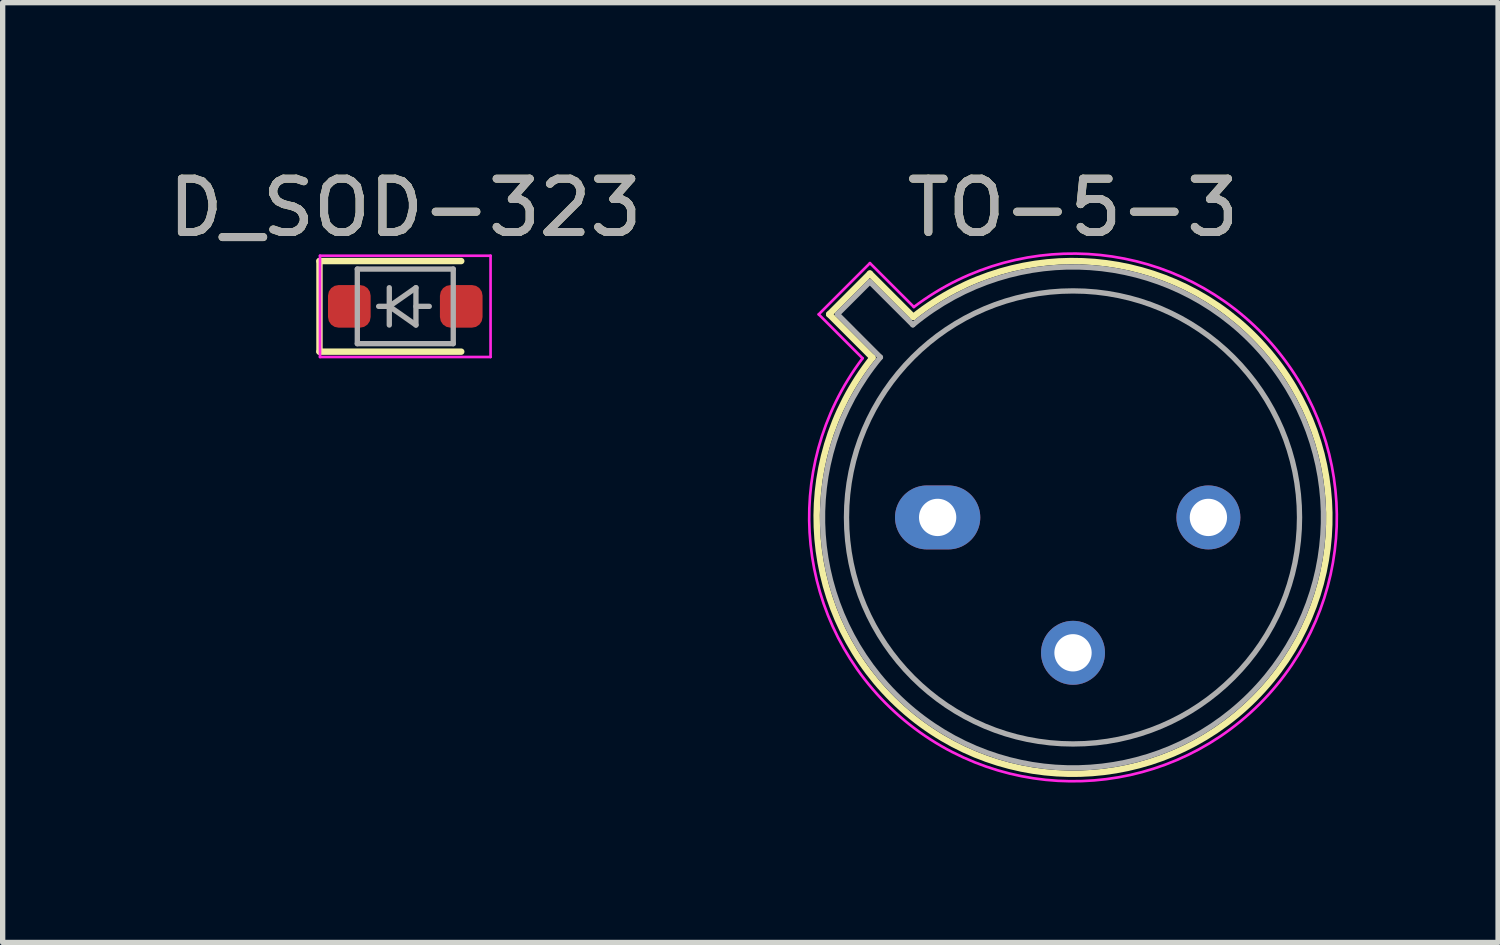
<source format=kicad_pcb>
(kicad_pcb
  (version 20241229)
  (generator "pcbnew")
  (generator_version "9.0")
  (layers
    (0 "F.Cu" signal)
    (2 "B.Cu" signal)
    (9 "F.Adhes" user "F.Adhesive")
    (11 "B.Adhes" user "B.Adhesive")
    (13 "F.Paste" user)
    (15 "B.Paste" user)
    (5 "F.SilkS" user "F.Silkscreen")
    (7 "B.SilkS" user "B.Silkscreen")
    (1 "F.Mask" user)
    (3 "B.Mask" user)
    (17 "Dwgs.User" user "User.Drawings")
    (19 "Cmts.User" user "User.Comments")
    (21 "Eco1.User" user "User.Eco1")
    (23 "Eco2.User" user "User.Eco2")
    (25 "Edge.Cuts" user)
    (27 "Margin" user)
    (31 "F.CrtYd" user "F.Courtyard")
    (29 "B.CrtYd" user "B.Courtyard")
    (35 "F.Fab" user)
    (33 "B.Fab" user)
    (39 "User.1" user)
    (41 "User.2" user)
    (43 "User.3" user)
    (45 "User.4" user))
  (footprint "D_SOD-323"
    (layer "F.Cu")
    (at 4.554 2.698)
    (property "Reference" "D_SOD-323" (at 0 -1.85 0) (layer "F.SilkS") (effects (font (size 1 1) (thickness 0.15))))
    (attr smd)
    (fp_line (start -1.61 -0.85) (end -1.61 0.85) (stroke (width 0.12) (type solid)) (layer "F.SilkS"))
    (fp_line (start -1.61 -0.85) (end 1.05 -0.85) (stroke (width 0.12) (type solid)) (layer "F.SilkS"))
    (fp_line (start -1.61 0.85) (end 1.05 0.85) (stroke (width 0.12) (type solid)) (layer "F.SilkS"))
    (fp_line (start -1.6 -0.95) (end -1.6 0.95) (stroke (width 0.05) (type solid)) (layer "F.CrtYd"))
    (fp_line (start -1.6 -0.95) (end 1.6 -0.95) (stroke (width 0.05) (type solid)) (layer "F.CrtYd"))
    (fp_line (start -1.6 0.95) (end 1.6 0.95) (stroke (width 0.05) (type solid)) (layer "F.CrtYd"))
    (fp_line (start 1.6 -0.95) (end 1.6 0.95) (stroke (width 0.05) (type solid)) (layer "F.CrtYd"))
    (fp_line (start -0.9 -0.7) (end 0.9 -0.7) (stroke (width 0.1) (type solid)) (layer "F.Fab"))
    (fp_line (start -0.9 0.7) (end -0.9 -0.7) (stroke (width 0.1) (type solid)) (layer "F.Fab"))
    (fp_line (start -0.3 -0.35) (end -0.3 0.35) (stroke (width 0.1) (type solid)) (layer "F.Fab"))
    (fp_line (start -0.3 0) (end -0.5 0) (stroke (width 0.1) (type solid)) (layer "F.Fab"))
    (fp_line (start -0.3 0) (end 0.2 -0.35) (stroke (width 0.1) (type solid)) (layer "F.Fab"))
    (fp_line (start 0.2 -0.35) (end 0.2 0.35) (stroke (width 0.1) (type solid)) (layer "F.Fab"))
    (fp_line (start 0.2 0) (end 0.45 0) (stroke (width 0.1) (type solid)) (layer "F.Fab"))
    (fp_line (start 0.2 0.35) (end -0.3 0) (stroke (width 0.1) (type solid)) (layer "F.Fab"))
    (fp_line (start 0.9 -0.7) (end 0.9 0.7) (stroke (width 0.1) (type solid)) (layer "F.Fab"))
    (fp_line (start 0.9 0.7) (end -0.9 0.7) (stroke (width 0.1) (type solid)) (layer "F.Fab"))
    (fp_text user "${REFERENCE}" (at 0 -1.85 0) (layer "F.Fab") (effects (font (size 1 1) (thickness 0.15))))
    (pad "1" smd roundrect (at -1.05 0) (size 0.8 0.8) (layers "F.Cu" "F.Mask" "F.Paste") (roundrect_rratio 0.25))
    (pad "2" smd roundrect (at 1.05 0) (size 0.8 0.8) (layers "F.Cu" "F.Mask" "F.Paste") (roundrect_rratio 0.25)))
  (footprint "TO-5-3"
    (layer "F.Cu")
    (at 17.082 6.658)
    (property "Reference" "TO-5-3" (at 0 -5.81 0) (layer "F.SilkS") (effects (font (size 1 1) (thickness 0.15))))
    (attr through_hole)
    (fp_line (start -4.575 -3.811) (end -3.762 -2.998) (stroke (width 0.12) (type solid)) (layer "F.SilkS"))
    (fp_line (start -3.811 -4.575) (end -4.575 -3.811) (stroke (width 0.12) (type solid)) (layer "F.SilkS"))
    (fp_line (start -2.998 -3.762) (end -3.811 -4.575) (stroke (width 0.12) (type solid)) (layer "F.SilkS"))
    (fp_arc (start -2.997844 -3.76152) (mid 3.401184 3.401184) (end -3.76152 -2.997844) (stroke (width 0.12) (type solid)) (layer "F.SilkS"))
    (fp_line (start -4.771 -3.81) (end -3.948 -2.986) (stroke (width 0.05) (type solid)) (layer "F.CrtYd"))
    (fp_line (start -3.81 -4.771) (end -4.771 -3.81) (stroke (width 0.05) (type solid)) (layer "F.CrtYd"))
    (fp_line (start -2.986 -3.948) (end -3.81 -4.771) (stroke (width 0.05) (type solid)) (layer "F.CrtYd"))
    (fp_arc (start -2.986162 -3.947827) (mid 3.500179 3.500179) (end -3.947827 -2.986162) (stroke (width 0.05) (type solid)) (layer "F.CrtYd"))
    (fp_line (start -4.42 -3.812) (end -3.614 -3.005) (stroke (width 0.1) (type solid)) (layer "F.Fab"))
    (fp_line (start -3.812 -4.42) (end -4.42 -3.812) (stroke (width 0.1) (type solid)) (layer "F.Fab"))
    (fp_line (start -3.005 -3.614) (end -3.812 -4.42) (stroke (width 0.1) (type solid)) (layer "F.Fab"))
    (fp_arc (start -3.005408 -3.61352) (mid 3.323402 3.323402) (end -3.61352 -3.005408) (stroke (width 0.1) (type solid)) (layer "F.Fab"))
    (fp_circle (center 0 0) (end 4.25 0) (stroke (width 0.1) (type solid)) (fill no) (layer "F.Fab"))
    (fp_text user "${REFERENCE}" (at 0 -5.81 0) (layer "F.Fab") (effects (font (size 1 1) (thickness 0.15))))
    (pad "1" thru_hole oval (at -2.54 0) (size 1.6 1.2) (drill 0.7) (layers "*.Cu" "*.Mask"))
    (pad "2" thru_hole circle (at 0 2.54) (size 1.2 1.2) (drill 0.7) (layers "*.Cu" "*.Mask"))
    (pad "3" thru_hole circle (at 2.54 0) (size 1.2 1.2) (drill 0.7) (layers "*.Cu" "*.Mask")))
  (gr_rect
    (start -3 -3)
    (end 25.057 14.633)
    (stroke (width 0.1) (type default))
    (fill no)
    (layer "Edge.Cuts")))
</source>
